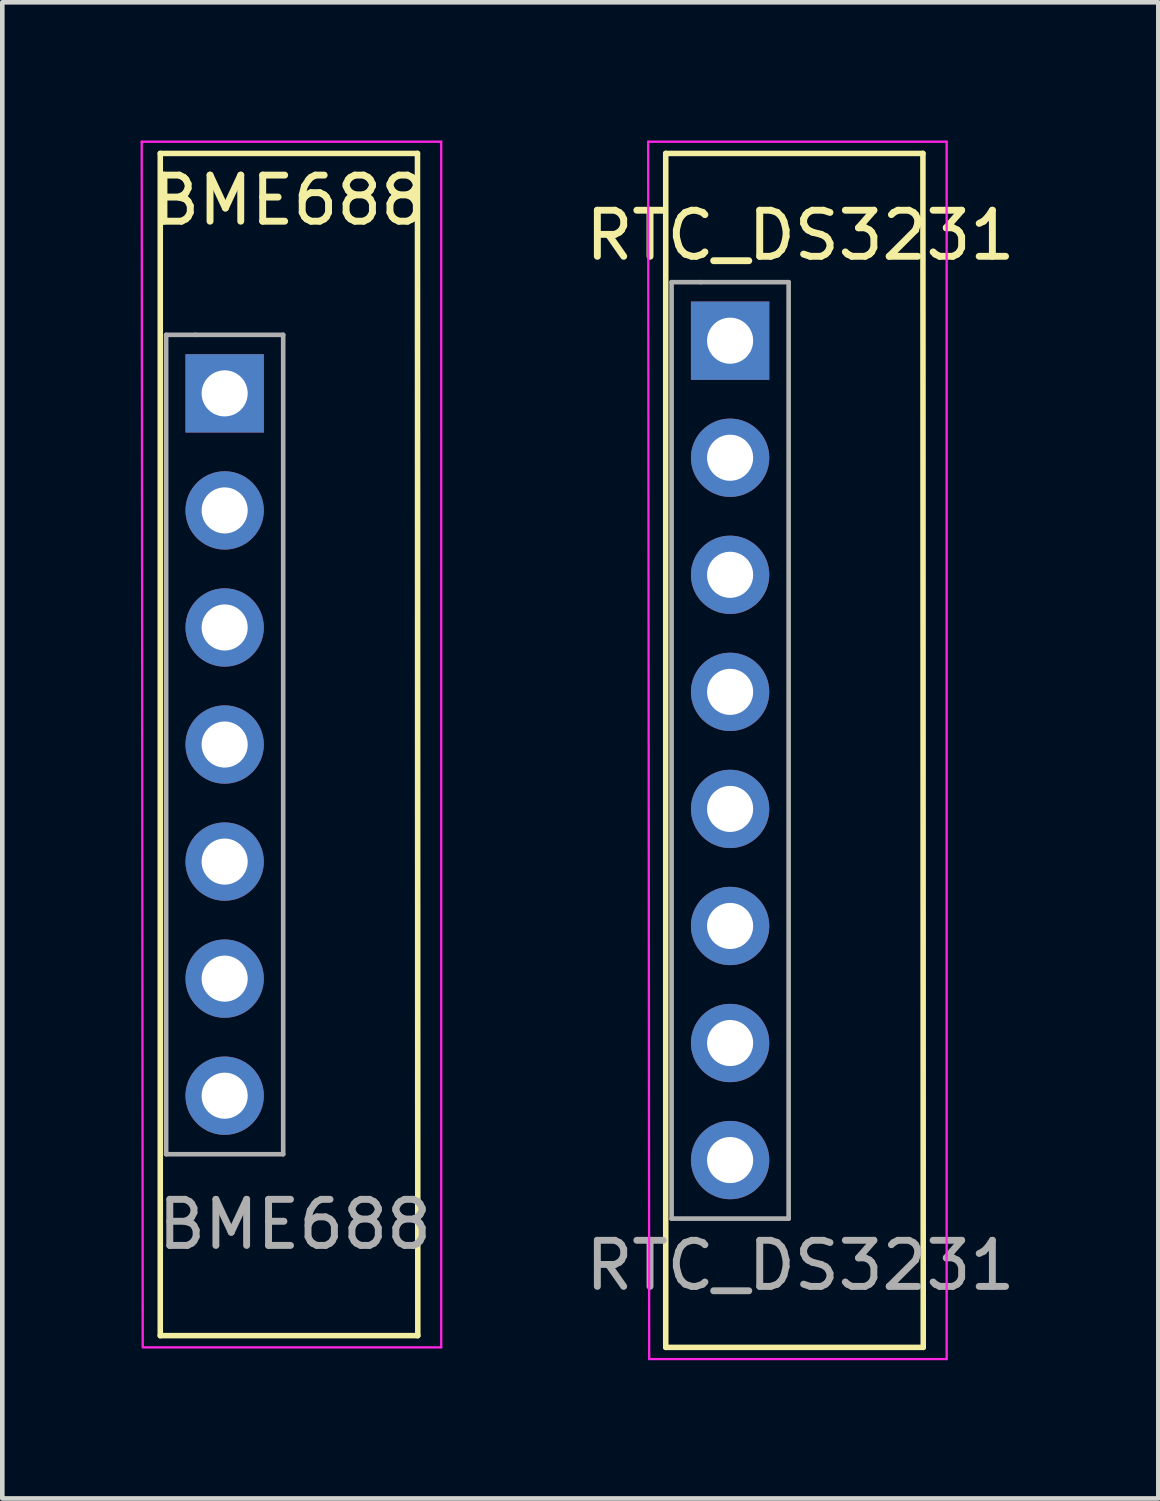
<source format=kicad_pcb>
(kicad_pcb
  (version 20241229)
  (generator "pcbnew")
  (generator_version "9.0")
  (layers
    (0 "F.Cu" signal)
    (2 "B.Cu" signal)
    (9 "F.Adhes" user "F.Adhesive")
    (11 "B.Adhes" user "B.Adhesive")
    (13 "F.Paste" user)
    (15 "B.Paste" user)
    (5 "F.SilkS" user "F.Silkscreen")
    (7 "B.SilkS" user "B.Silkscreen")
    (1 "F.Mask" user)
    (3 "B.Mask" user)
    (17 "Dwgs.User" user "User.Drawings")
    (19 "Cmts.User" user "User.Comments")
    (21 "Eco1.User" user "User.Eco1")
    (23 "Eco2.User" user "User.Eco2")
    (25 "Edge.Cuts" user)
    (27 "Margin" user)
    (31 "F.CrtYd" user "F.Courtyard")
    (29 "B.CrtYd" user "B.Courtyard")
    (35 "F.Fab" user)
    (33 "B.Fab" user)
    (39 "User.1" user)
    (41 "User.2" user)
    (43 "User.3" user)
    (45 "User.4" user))
  (footprint "BME688"
    (layer "F.Cu")
    (at 1.825 5.486)
    (property "Reference" "BME688" (at 1.397 -4.191 0) (layer "F.SilkS") (effects (font (size 1 1) (thickness 0.15))))
    (attr through_hole)
    (fp_line (start -1.397 -5.207) (end -1.397 20.447) (stroke (width 0.12) (type solid)) (layer "F.SilkS"))
    (fp_line (start -1.397 -5.207) (end 4.184 -5.207) (stroke (width 0.12) (type solid)) (layer "F.SilkS"))
    (fp_line (start -1.397 20.447) (end 4.191 20.447) (stroke (width 0.12) (type solid)) (layer "F.SilkS"))
    (fp_line (start 4.184 -5.207) (end 4.191 20.447) (stroke (width 0.12) (type solid)) (layer "F.SilkS"))
    (fp_line (start -1.8 -5.461) (end -1.778 20.701) (stroke (width 0.05) (type solid)) (layer "F.CrtYd"))
    (fp_line (start -1.756 20.701) (end 4.699 20.701) (stroke (width 0.05) (type solid)) (layer "F.CrtYd"))
    (fp_line (start 4.699 -5.461) (end -1.8 -5.461) (stroke (width 0.05) (type solid)) (layer "F.CrtYd"))
    (fp_line (start 4.699 20.701) (end 4.699 -5.461) (stroke (width 0.05) (type solid)) (layer "F.CrtYd"))
    (fp_line (start -1.27 -1.27) (end -0.635 -1.27) (stroke (width 0.1) (type solid)) (layer "F.Fab"))
    (fp_line (start -1.27 16.51) (end -1.27 -1.27) (stroke (width 0.1) (type solid)) (layer "F.Fab"))
    (fp_line (start -0.635 -1.27) (end 1.27 -1.27) (stroke (width 0.1) (type solid)) (layer "F.Fab"))
    (fp_line (start 1.27 -1.27) (end 1.27 16.51) (stroke (width 0.1) (type solid)) (layer "F.Fab"))
    (fp_line (start 1.27 16.51) (end -1.27 16.51) (stroke (width 0.1) (type solid)) (layer "F.Fab"))
    (fp_text user "${REFERENCE}" (at 1.524 18.034 180) (layer "F.Fab") (effects (font (size 1 1) (thickness 0.15))))
    (pad "1" thru_hole rect (at 0 0) (size 1.7 1.7) (drill 1) (layers "*.Cu" "*.Mask"))
    (pad "2" thru_hole oval (at 0 2.54) (size 1.7 1.7) (drill 1) (layers "*.Cu" "*.Mask"))
    (pad "3" thru_hole oval (at 0 5.08) (size 1.7 1.7) (drill 1) (layers "*.Cu" "*.Mask"))
    (pad "4" thru_hole oval (at 0 7.62) (size 1.7 1.7) (drill 1) (layers "*.Cu" "*.Mask"))
    (pad "5" thru_hole oval (at 0 10.16) (size 1.7 1.7) (drill 1) (layers "*.Cu" "*.Mask"))
    (pad "6" thru_hole oval (at 0 12.7) (size 1.7 1.7) (drill 1) (layers "*.Cu" "*.Mask"))
    (pad "7" thru_hole oval (at 0 15.24) (size 1.7 1.7) (drill 1) (layers "*.Cu" "*.Mask")))
  (footprint "RTC_DS3231"
    (layer "F.Cu")
    (at 12.793 4.343)
    (property "Reference" "RTC_DS3231" (at 1.524 -2.286 0) (layer "F.SilkS") (effects (font (size 1 1) (thickness 0.15))))
    (attr through_hole)
    (fp_line (start -1.397 -4.064) (end -1.397 21.844) (stroke (width 0.12) (type solid)) (layer "F.SilkS"))
    (fp_line (start -1.397 -4.064) (end 4.184 -4.064) (stroke (width 0.12) (type solid)) (layer "F.SilkS"))
    (fp_line (start -1.397 21.844) (end 4.191 21.844) (stroke (width 0.12) (type solid)) (layer "F.SilkS"))
    (fp_line (start 4.184 -4.064) (end 4.191 21.844) (stroke (width 0.12) (type solid)) (layer "F.SilkS"))
    (fp_line (start -1.778 -4.318) (end -1.756 22.098) (stroke (width 0.05) (type solid)) (layer "F.CrtYd"))
    (fp_line (start -1.756 22.098) (end 4.699 22.098) (stroke (width 0.05) (type solid)) (layer "F.CrtYd"))
    (fp_line (start 4.699 -4.318) (end -1.778 -4.318) (stroke (width 0.05) (type solid)) (layer "F.CrtYd"))
    (fp_line (start 4.699 22.098) (end 4.699 -4.318) (stroke (width 0.05) (type solid)) (layer "F.CrtYd"))
    (fp_line (start -1.27 -1.27) (end -0.635 -1.27) (stroke (width 0.1) (type solid)) (layer "F.Fab"))
    (fp_line (start -1.27 19.05) (end -1.27 -1.27) (stroke (width 0.1) (type solid)) (layer "F.Fab"))
    (fp_line (start -0.635 -1.27) (end 1.27 -1.27) (stroke (width 0.1) (type solid)) (layer "F.Fab"))
    (fp_line (start 1.27 -1.27) (end 1.27 19.05) (stroke (width 0.1) (type solid)) (layer "F.Fab"))
    (fp_line (start 1.27 19.05) (end -1.27 19.05) (stroke (width 0.1) (type solid)) (layer "F.Fab"))
    (fp_text user "${REFERENCE}" (at 1.524 20.066 180) (layer "F.Fab") (effects (font (size 1 1) (thickness 0.15))))
    (pad "1" thru_hole rect (at 0 0) (size 1.7 1.7) (drill 1) (layers "*.Cu" "*.Mask"))
    (pad "2" thru_hole oval (at 0 2.54) (size 1.7 1.7) (drill 1) (layers "*.Cu" "*.Mask"))
    (pad "3" thru_hole oval (at 0 5.08) (size 1.7 1.7) (drill 1) (layers "*.Cu" "*.Mask"))
    (pad "4" thru_hole oval (at 0 7.62) (size 1.7 1.7) (drill 1) (layers "*.Cu" "*.Mask"))
    (pad "5" thru_hole oval (at 0 10.16) (size 1.7 1.7) (drill 1) (layers "*.Cu" "*.Mask"))
    (pad "6" thru_hole oval (at 0 12.7) (size 1.7 1.7) (drill 1) (layers "*.Cu" "*.Mask"))
    (pad "7" thru_hole oval (at 0 15.24) (size 1.7 1.7) (drill 1) (layers "*.Cu" "*.Mask"))
    (pad "8" thru_hole oval (at 0 17.78) (size 1.7 1.7) (drill 1) (layers "*.Cu" "*.Mask")))
  (gr_rect
    (start -3 -3)
    (end 22.085 29.466)
    (stroke (width 0.1) (type default))
    (fill no)
    (layer "Edge.Cuts")))
</source>
